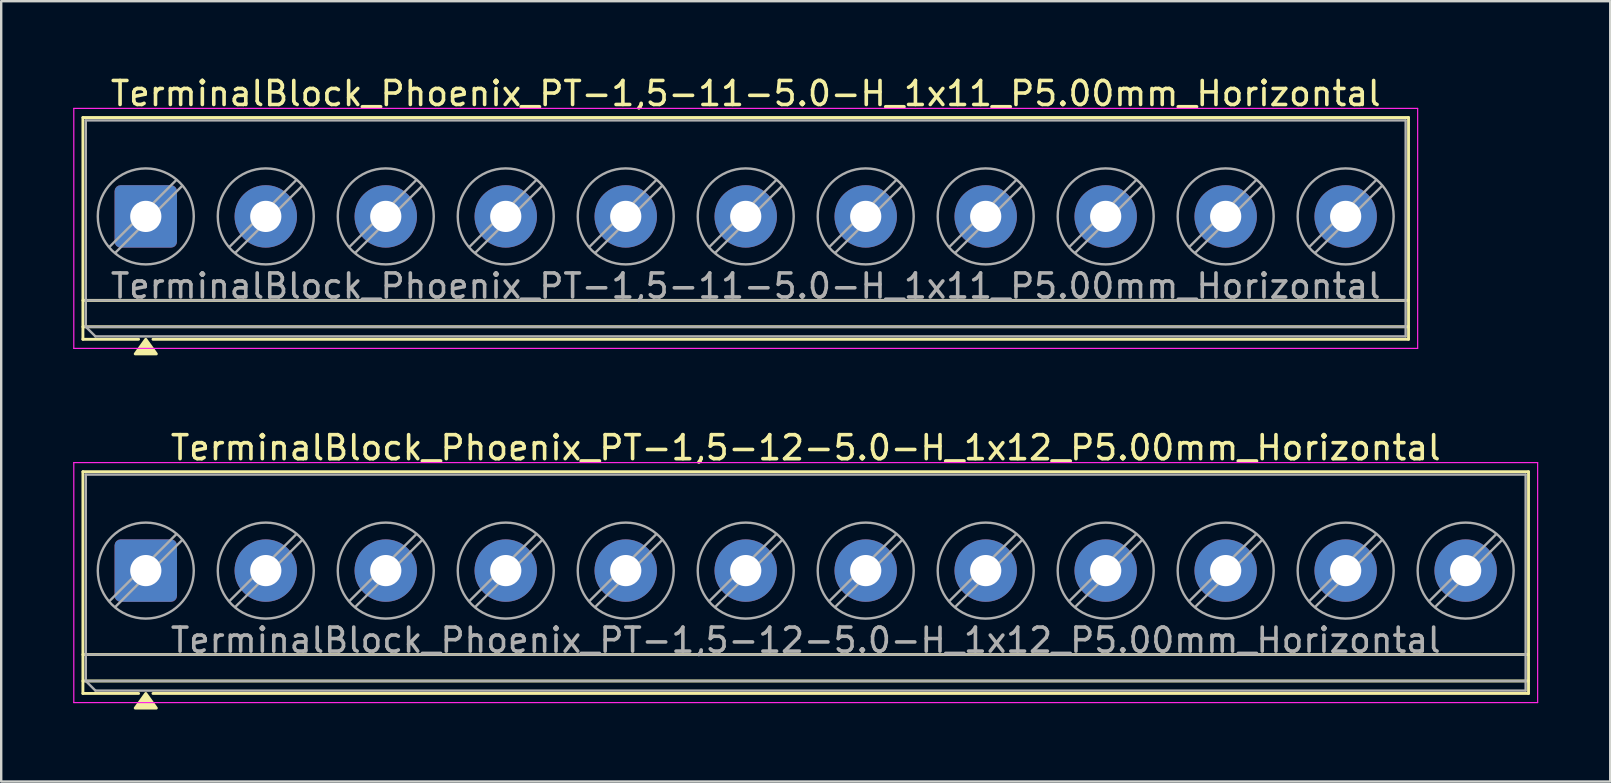
<source format=kicad_pcb>
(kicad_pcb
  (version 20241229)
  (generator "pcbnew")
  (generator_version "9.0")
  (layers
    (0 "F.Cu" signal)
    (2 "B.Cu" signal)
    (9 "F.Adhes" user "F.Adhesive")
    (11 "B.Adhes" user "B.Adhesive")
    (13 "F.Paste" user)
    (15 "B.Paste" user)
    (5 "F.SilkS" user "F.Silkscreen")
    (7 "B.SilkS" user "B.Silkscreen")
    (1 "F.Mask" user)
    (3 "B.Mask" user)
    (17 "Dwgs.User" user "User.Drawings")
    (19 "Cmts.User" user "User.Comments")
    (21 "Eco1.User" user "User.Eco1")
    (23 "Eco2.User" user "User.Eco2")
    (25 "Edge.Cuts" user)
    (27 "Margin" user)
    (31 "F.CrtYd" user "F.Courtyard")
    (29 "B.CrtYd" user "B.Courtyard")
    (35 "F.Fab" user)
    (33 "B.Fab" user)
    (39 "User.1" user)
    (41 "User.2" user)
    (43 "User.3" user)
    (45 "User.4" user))
  (footprint "TerminalBlock_Phoenix_PT-1,5-12-5.0-H_1x12_P5.00mm_Horizontal"
    (layer "F.Cu")
    (at 3.025 20.727)
    (property "Reference" "TerminalBlock_Phoenix_PT-1,5-12-5.0-H_1x12_P5.00mm_Horizontal" (at 27.5 -5.12 0) (layer "F.SilkS") (effects (font (size 1 1) (thickness 0.15))))
    (attr through_hole)
    (fp_line (start -2.62 -4.12) (end -2.62 5.12) (stroke (width 0.12) (type solid)) (layer "F.SilkS"))
    (fp_line (start -2.62 -4.12) (end 57.62 -4.12) (stroke (width 0.12) (type solid)) (layer "F.SilkS"))
    (fp_line (start -2.62 3.5) (end 57.62 3.5) (stroke (width 0.12) (type solid)) (layer "F.SilkS"))
    (fp_line (start -2.62 4.6) (end 57.62 4.6) (stroke (width 0.12) (type solid)) (layer "F.SilkS"))
    (fp_line (start -2.62 5.12) (end -0.3 5.12) (stroke (width 0.12) (type solid)) (layer "F.SilkS"))
    (fp_line (start 0.3 5.12) (end 57.62 5.12) (stroke (width 0.12) (type solid)) (layer "F.SilkS"))
    (fp_line (start 57.62 -4.12) (end 57.62 5.12) (stroke (width 0.12) (type solid)) (layer "F.SilkS"))
    (fp_poly (pts (xy 0 5.12) (xy 0.44 5.73) (xy -0.44 5.73)) (stroke (width 0.12) (type solid)) (fill yes) (layer "F.SilkS"))
    (fp_line (start -3 -4.5) (end -3 5.5) (stroke (width 0.05) (type solid)) (layer "F.CrtYd"))
    (fp_line (start -3 5.5) (end 58 5.5) (stroke (width 0.05) (type solid)) (layer "F.CrtYd"))
    (fp_line (start 58 -4.5) (end -3 -4.5) (stroke (width 0.05) (type solid)) (layer "F.CrtYd"))
    (fp_line (start 58 5.5) (end 58 -4.5) (stroke (width 0.05) (type solid)) (layer "F.CrtYd"))
    (fp_line (start -2.5 -4) (end 57.5 -4) (stroke (width 0.1) (type solid)) (layer "F.Fab"))
    (fp_line (start -2.5 3.5) (end 57.5 3.5) (stroke (width 0.1) (type solid)) (layer "F.Fab"))
    (fp_line (start -2.5 4.6) (end -2.5 -4) (stroke (width 0.1) (type solid)) (layer "F.Fab"))
    (fp_line (start -2.5 4.6) (end 57.5 4.6) (stroke (width 0.1) (type solid)) (layer "F.Fab"))
    (fp_line (start -2.1 5) (end -2.5 4.6) (stroke (width 0.1) (type solid)) (layer "F.Fab"))
    (fp_line (start 1.273 -1.517) (end -1.517 1.273) (stroke (width 0.1) (type solid)) (layer "F.Fab"))
    (fp_line (start 1.517 -1.273) (end -1.273 1.517) (stroke (width 0.1) (type solid)) (layer "F.Fab"))
    (fp_line (start 6.273 -1.517) (end 3.483 1.273) (stroke (width 0.1) (type solid)) (layer "F.Fab"))
    (fp_line (start 6.517 -1.273) (end 3.727 1.517) (stroke (width 0.1) (type solid)) (layer "F.Fab"))
    (fp_line (start 11.273 -1.517) (end 8.483 1.273) (stroke (width 0.1) (type solid)) (layer "F.Fab"))
    (fp_line (start 11.517 -1.273) (end 8.727 1.517) (stroke (width 0.1) (type solid)) (layer "F.Fab"))
    (fp_line (start 16.273 -1.517) (end 13.483 1.273) (stroke (width 0.1) (type solid)) (layer "F.Fab"))
    (fp_line (start 16.517 -1.273) (end 13.727 1.517) (stroke (width 0.1) (type solid)) (layer "F.Fab"))
    (fp_line (start 21.273 -1.517) (end 18.483 1.273) (stroke (width 0.1) (type solid)) (layer "F.Fab"))
    (fp_line (start 21.517 -1.273) (end 18.727 1.517) (stroke (width 0.1) (type solid)) (layer "F.Fab"))
    (fp_line (start 26.273 -1.517) (end 23.483 1.273) (stroke (width 0.1) (type solid)) (layer "F.Fab"))
    (fp_line (start 26.517 -1.273) (end 23.727 1.517) (stroke (width 0.1) (type solid)) (layer "F.Fab"))
    (fp_line (start 31.273 -1.517) (end 28.483 1.273) (stroke (width 0.1) (type solid)) (layer "F.Fab"))
    (fp_line (start 31.517 -1.273) (end 28.727 1.517) (stroke (width 0.1) (type solid)) (layer "F.Fab"))
    (fp_line (start 36.273 -1.517) (end 33.483 1.273) (stroke (width 0.1) (type solid)) (layer "F.Fab"))
    (fp_line (start 36.517 -1.273) (end 33.727 1.517) (stroke (width 0.1) (type solid)) (layer "F.Fab"))
    (fp_line (start 41.273 -1.517) (end 38.483 1.273) (stroke (width 0.1) (type solid)) (layer "F.Fab"))
    (fp_line (start 41.517 -1.273) (end 38.727 1.517) (stroke (width 0.1) (type solid)) (layer "F.Fab"))
    (fp_line (start 46.273 -1.517) (end 43.483 1.273) (stroke (width 0.1) (type solid)) (layer "F.Fab"))
    (fp_line (start 46.517 -1.273) (end 43.727 1.517) (stroke (width 0.1) (type solid)) (layer "F.Fab"))
    (fp_line (start 51.273 -1.517) (end 48.483 1.273) (stroke (width 0.1) (type solid)) (layer "F.Fab"))
    (fp_line (start 51.517 -1.273) (end 48.727 1.517) (stroke (width 0.1) (type solid)) (layer "F.Fab"))
    (fp_line (start 56.273 -1.517) (end 53.483 1.273) (stroke (width 0.1) (type solid)) (layer "F.Fab"))
    (fp_line (start 56.517 -1.273) (end 53.727 1.517) (stroke (width 0.1) (type solid)) (layer "F.Fab"))
    (fp_line (start 57.5 -4) (end 57.5 5) (stroke (width 0.1) (type solid)) (layer "F.Fab"))
    (fp_line (start 57.5 5) (end -2.1 5) (stroke (width 0.1) (type solid)) (layer "F.Fab"))
    (fp_circle (center 0 0) (end 2 0) (stroke (width 0.1) (type solid)) (fill no) (layer "F.Fab"))
    (fp_circle (center 5 0) (end 7 0) (stroke (width 0.1) (type solid)) (fill no) (layer "F.Fab"))
    (fp_circle (center 10 0) (end 12 0) (stroke (width 0.1) (type solid)) (fill no) (layer "F.Fab"))
    (fp_circle (center 15 0) (end 17 0) (stroke (width 0.1) (type solid)) (fill no) (layer "F.Fab"))
    (fp_circle (center 20 0) (end 22 0) (stroke (width 0.1) (type solid)) (fill no) (layer "F.Fab"))
    (fp_circle (center 25 0) (end 27 0) (stroke (width 0.1) (type solid)) (fill no) (layer "F.Fab"))
    (fp_circle (center 30 0) (end 32 0) (stroke (width 0.1) (type solid)) (fill no) (layer "F.Fab"))
    (fp_circle (center 35 0) (end 37 0) (stroke (width 0.1) (type solid)) (fill no) (layer "F.Fab"))
    (fp_circle (center 40 0) (end 42 0) (stroke (width 0.1) (type solid)) (fill no) (layer "F.Fab"))
    (fp_circle (center 45 0) (end 47 0) (stroke (width 0.1) (type solid)) (fill no) (layer "F.Fab"))
    (fp_circle (center 50 0) (end 52 0) (stroke (width 0.1) (type solid)) (fill no) (layer "F.Fab"))
    (fp_circle (center 55 0) (end 57 0) (stroke (width 0.1) (type solid)) (fill no) (layer "F.Fab"))
    (fp_text user "${REFERENCE}" (at 27.5 2.9 0) (layer "F.Fab") (effects (font (size 1 1) (thickness 0.15))))
    (pad "1" thru_hole roundrect (at 0 0) (size 2.6 2.6) (drill 1.3) (layers "*.Cu" "*.Mask") (roundrect_rratio 0.096))
    (pad "2" thru_hole circle (at 5 0) (size 2.6 2.6) (drill 1.3) (layers "*.Cu" "*.Mask"))
    (pad "3" thru_hole circle (at 10 0) (size 2.6 2.6) (drill 1.3) (layers "*.Cu" "*.Mask"))
    (pad "4" thru_hole circle (at 15 0) (size 2.6 2.6) (drill 1.3) (layers "*.Cu" "*.Mask"))
    (pad "5" thru_hole circle (at 20 0) (size 2.6 2.6) (drill 1.3) (layers "*.Cu" "*.Mask"))
    (pad "6" thru_hole circle (at 25 0) (size 2.6 2.6) (drill 1.3) (layers "*.Cu" "*.Mask"))
    (pad "7" thru_hole circle (at 30 0) (size 2.6 2.6) (drill 1.3) (layers "*.Cu" "*.Mask"))
    (pad "8" thru_hole circle (at 35 0) (size 2.6 2.6) (drill 1.3) (layers "*.Cu" "*.Mask"))
    (pad "9" thru_hole circle (at 40 0) (size 2.6 2.6) (drill 1.3) (layers "*.Cu" "*.Mask"))
    (pad "10" thru_hole circle (at 45 0) (size 2.6 2.6) (drill 1.3) (layers "*.Cu" "*.Mask"))
    (pad "11" thru_hole circle (at 50 0) (size 2.6 2.6) (drill 1.3) (layers "*.Cu" "*.Mask"))
    (pad "12" thru_hole circle (at 55 0) (size 2.6 2.6) (drill 1.3) (layers "*.Cu" "*.Mask")))
  (footprint "TerminalBlock_Phoenix_PT-1,5-11-5.0-H_1x11_P5.00mm_Horizontal"
    (layer "F.Cu")
    (at 3.025 5.968)
    (property "Reference" "TerminalBlock_Phoenix_PT-1,5-11-5.0-H_1x11_P5.00mm_Horizontal" (at 25 -5.12 0) (layer "F.SilkS") (effects (font (size 1 1) (thickness 0.15))))
    (attr through_hole)
    (fp_line (start -2.62 -4.12) (end -2.62 5.12) (stroke (width 0.12) (type solid)) (layer "F.SilkS"))
    (fp_line (start -2.62 -4.12) (end 52.62 -4.12) (stroke (width 0.12) (type solid)) (layer "F.SilkS"))
    (fp_line (start -2.62 3.5) (end 52.62 3.5) (stroke (width 0.12) (type solid)) (layer "F.SilkS"))
    (fp_line (start -2.62 4.6) (end 52.62 4.6) (stroke (width 0.12) (type solid)) (layer "F.SilkS"))
    (fp_line (start -2.62 5.12) (end -0.3 5.12) (stroke (width 0.12) (type solid)) (layer "F.SilkS"))
    (fp_line (start 0.3 5.12) (end 52.62 5.12) (stroke (width 0.12) (type solid)) (layer "F.SilkS"))
    (fp_line (start 52.62 -4.12) (end 52.62 5.12) (stroke (width 0.12) (type solid)) (layer "F.SilkS"))
    (fp_poly (pts (xy 0 5.12) (xy 0.44 5.73) (xy -0.44 5.73)) (stroke (width 0.12) (type solid)) (fill yes) (layer "F.SilkS"))
    (fp_line (start -3 -4.5) (end -3 5.5) (stroke (width 0.05) (type solid)) (layer "F.CrtYd"))
    (fp_line (start -3 5.5) (end 53 5.5) (stroke (width 0.05) (type solid)) (layer "F.CrtYd"))
    (fp_line (start 53 -4.5) (end -3 -4.5) (stroke (width 0.05) (type solid)) (layer "F.CrtYd"))
    (fp_line (start 53 5.5) (end 53 -4.5) (stroke (width 0.05) (type solid)) (layer "F.CrtYd"))
    (fp_line (start -2.5 -4) (end 52.5 -4) (stroke (width 0.1) (type solid)) (layer "F.Fab"))
    (fp_line (start -2.5 3.5) (end 52.5 3.5) (stroke (width 0.1) (type solid)) (layer "F.Fab"))
    (fp_line (start -2.5 4.6) (end -2.5 -4) (stroke (width 0.1) (type solid)) (layer "F.Fab"))
    (fp_line (start -2.5 4.6) (end 52.5 4.6) (stroke (width 0.1) (type solid)) (layer "F.Fab"))
    (fp_line (start -2.1 5) (end -2.5 4.6) (stroke (width 0.1) (type solid)) (layer "F.Fab"))
    (fp_line (start 1.273 -1.517) (end -1.517 1.273) (stroke (width 0.1) (type solid)) (layer "F.Fab"))
    (fp_line (start 1.517 -1.273) (end -1.273 1.517) (stroke (width 0.1) (type solid)) (layer "F.Fab"))
    (fp_line (start 6.273 -1.517) (end 3.483 1.273) (stroke (width 0.1) (type solid)) (layer "F.Fab"))
    (fp_line (start 6.517 -1.273) (end 3.727 1.517) (stroke (width 0.1) (type solid)) (layer "F.Fab"))
    (fp_line (start 11.273 -1.517) (end 8.483 1.273) (stroke (width 0.1) (type solid)) (layer "F.Fab"))
    (fp_line (start 11.517 -1.273) (end 8.727 1.517) (stroke (width 0.1) (type solid)) (layer "F.Fab"))
    (fp_line (start 16.273 -1.517) (end 13.483 1.273) (stroke (width 0.1) (type solid)) (layer "F.Fab"))
    (fp_line (start 16.517 -1.273) (end 13.727 1.517) (stroke (width 0.1) (type solid)) (layer "F.Fab"))
    (fp_line (start 21.273 -1.517) (end 18.483 1.273) (stroke (width 0.1) (type solid)) (layer "F.Fab"))
    (fp_line (start 21.517 -1.273) (end 18.727 1.517) (stroke (width 0.1) (type solid)) (layer "F.Fab"))
    (fp_line (start 26.273 -1.517) (end 23.483 1.273) (stroke (width 0.1) (type solid)) (layer "F.Fab"))
    (fp_line (start 26.517 -1.273) (end 23.727 1.517) (stroke (width 0.1) (type solid)) (layer "F.Fab"))
    (fp_line (start 31.273 -1.517) (end 28.483 1.273) (stroke (width 0.1) (type solid)) (layer "F.Fab"))
    (fp_line (start 31.517 -1.273) (end 28.727 1.517) (stroke (width 0.1) (type solid)) (layer "F.Fab"))
    (fp_line (start 36.273 -1.517) (end 33.483 1.273) (stroke (width 0.1) (type solid)) (layer "F.Fab"))
    (fp_line (start 36.517 -1.273) (end 33.727 1.517) (stroke (width 0.1) (type solid)) (layer "F.Fab"))
    (fp_line (start 41.273 -1.517) (end 38.483 1.273) (stroke (width 0.1) (type solid)) (layer "F.Fab"))
    (fp_line (start 41.517 -1.273) (end 38.727 1.517) (stroke (width 0.1) (type solid)) (layer "F.Fab"))
    (fp_line (start 46.273 -1.517) (end 43.483 1.273) (stroke (width 0.1) (type solid)) (layer "F.Fab"))
    (fp_line (start 46.517 -1.273) (end 43.727 1.517) (stroke (width 0.1) (type solid)) (layer "F.Fab"))
    (fp_line (start 51.273 -1.517) (end 48.483 1.273) (stroke (width 0.1) (type solid)) (layer "F.Fab"))
    (fp_line (start 51.517 -1.273) (end 48.727 1.517) (stroke (width 0.1) (type solid)) (layer "F.Fab"))
    (fp_line (start 52.5 -4) (end 52.5 5) (stroke (width 0.1) (type solid)) (layer "F.Fab"))
    (fp_line (start 52.5 5) (end -2.1 5) (stroke (width 0.1) (type solid)) (layer "F.Fab"))
    (fp_circle (center 0 0) (end 2 0) (stroke (width 0.1) (type solid)) (fill no) (layer "F.Fab"))
    (fp_circle (center 5 0) (end 7 0) (stroke (width 0.1) (type solid)) (fill no) (layer "F.Fab"))
    (fp_circle (center 10 0) (end 12 0) (stroke (width 0.1) (type solid)) (fill no) (layer "F.Fab"))
    (fp_circle (center 15 0) (end 17 0) (stroke (width 0.1) (type solid)) (fill no) (layer "F.Fab"))
    (fp_circle (center 20 0) (end 22 0) (stroke (width 0.1) (type solid)) (fill no) (layer "F.Fab"))
    (fp_circle (center 25 0) (end 27 0) (stroke (width 0.1) (type solid)) (fill no) (layer "F.Fab"))
    (fp_circle (center 30 0) (end 32 0) (stroke (width 0.1) (type solid)) (fill no) (layer "F.Fab"))
    (fp_circle (center 35 0) (end 37 0) (stroke (width 0.1) (type solid)) (fill no) (layer "F.Fab"))
    (fp_circle (center 40 0) (end 42 0) (stroke (width 0.1) (type solid)) (fill no) (layer "F.Fab"))
    (fp_circle (center 45 0) (end 47 0) (stroke (width 0.1) (type solid)) (fill no) (layer "F.Fab"))
    (fp_circle (center 50 0) (end 52 0) (stroke (width 0.1) (type solid)) (fill no) (layer "F.Fab"))
    (fp_text user "${REFERENCE}" (at 25 2.9 0) (layer "F.Fab") (effects (font (size 1 1) (thickness 0.15))))
    (pad "1" thru_hole roundrect (at 0 0) (size 2.6 2.6) (drill 1.3) (layers "*.Cu" "*.Mask") (roundrect_rratio 0.096))
    (pad "2" thru_hole circle (at 5 0) (size 2.6 2.6) (drill 1.3) (layers "*.Cu" "*.Mask"))
    (pad "3" thru_hole circle (at 10 0) (size 2.6 2.6) (drill 1.3) (layers "*.Cu" "*.Mask"))
    (pad "4" thru_hole circle (at 15 0) (size 2.6 2.6) (drill 1.3) (layers "*.Cu" "*.Mask"))
    (pad "5" thru_hole circle (at 20 0) (size 2.6 2.6) (drill 1.3) (layers "*.Cu" "*.Mask"))
    (pad "6" thru_hole circle (at 25 0) (size 2.6 2.6) (drill 1.3) (layers "*.Cu" "*.Mask"))
    (pad "7" thru_hole circle (at 30 0) (size 2.6 2.6) (drill 1.3) (layers "*.Cu" "*.Mask"))
    (pad "8" thru_hole circle (at 35 0) (size 2.6 2.6) (drill 1.3) (layers "*.Cu" "*.Mask"))
    (pad "9" thru_hole circle (at 40 0) (size 2.6 2.6) (drill 1.3) (layers "*.Cu" "*.Mask"))
    (pad "10" thru_hole circle (at 45 0) (size 2.6 2.6) (drill 1.3) (layers "*.Cu" "*.Mask"))
    (pad "11" thru_hole circle (at 50 0) (size 2.6 2.6) (drill 1.3) (layers "*.Cu" "*.Mask")))
  (gr_rect
    (start -3 -3)
    (end 64.05 29.517)
    (stroke (width 0.1) (type default))
    (fill no)
    (layer "Edge.Cuts")))
</source>
